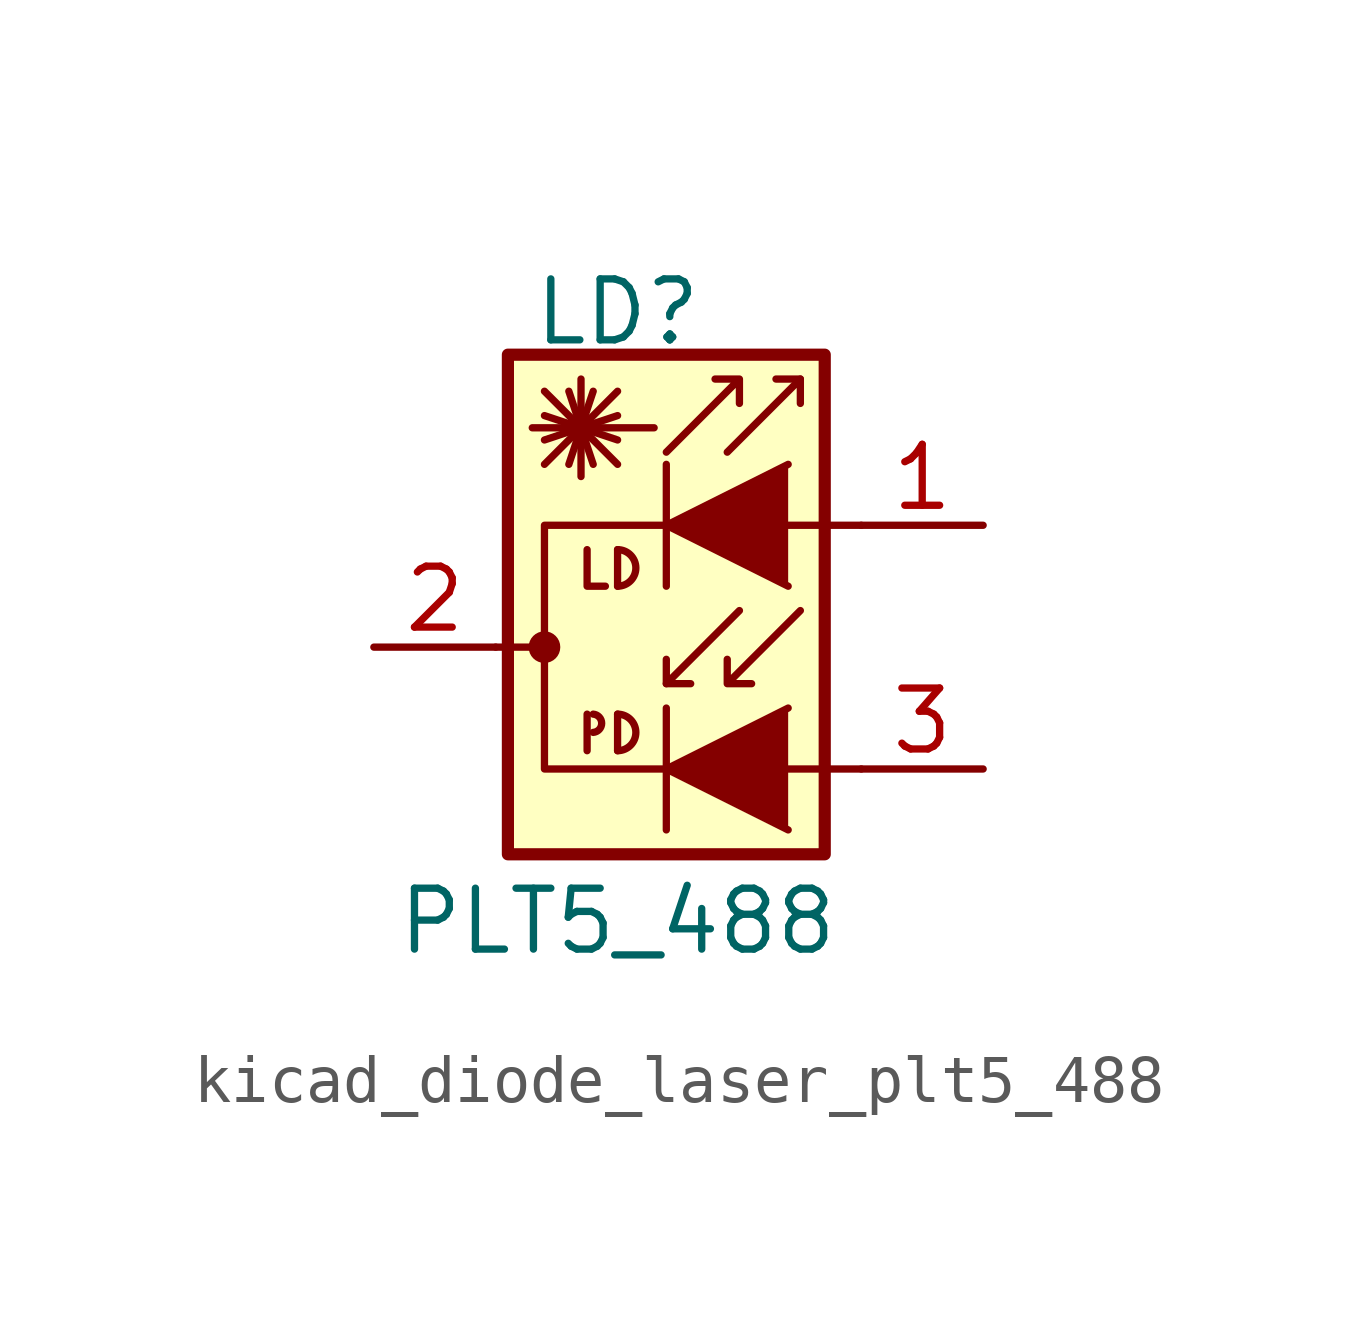
<source format=kicad_sym>
(kicad_symbol_lib
  (version 20220914)
  (generator kicad_symbol_editor)
  (symbol "kicad_diode_laser_plt5_488"
    (pin_names
      (offset 1.016) hide)
    (property "Reference" "LD"
      (at 0 6.985 0)
      (effects (font (size 1.27 1.27))))
    (property "Value" "PLT5_488"
      (at 0 -5.715 0)
      (effects (font (size 1.27 1.27))))
    (symbol "kicad_diode_laser_plt5_488_0_1"
      (circle (center -1.524 0) (radius 0.254) (stroke (width 0) (type default)) (fill (type outline)))
      (arc (start -0.508 -1.778) (mid -0.3302 -1.6002) (end -0.508 -1.397) (stroke (width 0) (type default)) (fill (type none)))
      (arc (start 0 -2.159) (mid 0.3794 -1.778) (end 0 -1.397) (stroke (width 0) (type default)) (fill (type none)))
      (polyline (pts (xy -2.54 0) (xy -1.524 0)) (stroke (width 0) (type default)) (fill (type none)))
      (polyline (pts (xy -1.524 3.81) (xy 0 5.334)) (stroke (width 0) (type default)) (fill (type none)))
      (polyline (pts (xy -1.524 4.318) (xy 0 4.826)) (stroke (width 0) (type default)) (fill (type none)))
      (polyline (pts (xy -1.524 4.826) (xy 0 4.318)) (stroke (width 0) (type default)) (fill (type none)))
      (polyline (pts (xy -1.524 5.334) (xy 0 3.81)) (stroke (width 0) (type default)) (fill (type none)))
      (polyline (pts (xy -1.016 5.334) (xy -0.508 3.81)) (stroke (width 0) (type default)) (fill (type none)))
      (polyline (pts (xy -0.762 4.572) (xy -0.762 3.556)) (stroke (width 0) (type default)) (fill (type none)))
      (polyline (pts (xy -0.762 4.572) (xy -0.762 5.588)) (stroke (width 0) (type default)) (fill (type none)))
      (polyline (pts (xy -0.635 -1.397) (xy -0.635 -2.159)) (stroke (width 0) (type default)) (fill (type none)))
      (polyline (pts (xy -0.508 5.334) (xy -1.016 3.81)) (stroke (width 0) (type default)) (fill (type none)))
      (polyline (pts (xy 0 -1.397) (xy 0 -2.159)) (stroke (width 0) (type default)) (fill (type none)))
      (polyline (pts (xy 0 2.032) (xy 0 1.27)) (stroke (width 0) (type default)) (fill (type none)))
      (polyline (pts (xy 0.762 4.572) (xy -1.778 4.572)) (stroke (width 0) (type default)) (fill (type none)))
      (polyline (pts (xy 1.016 -1.27) (xy 1.016 -3.81)) (stroke (width 0.152) (type default)) (fill (type none)))
      (polyline (pts (xy 1.016 -0.762) (xy 1.524 -0.762)) (stroke (width 0) (type default)) (fill (type none)))
      (polyline (pts (xy 1.016 3.81) (xy 1.016 1.27)) (stroke (width 0.152) (type default)) (fill (type none)))
      (polyline (pts (xy 3.81 5.588) (xy 3.302 5.588)) (stroke (width 0) (type default)) (fill (type none)))
      (polyline (pts (xy -0.635 2.032) (xy -0.635 1.27) (xy -0.254 1.27)) (stroke (width 0) (type default)) (fill (type none)))
      (polyline (pts (xy 2.286 4.064) (xy 3.81 5.588) (xy 3.81 5.08)) (stroke (width 0) (type default)) (fill (type none)))
      (polyline (pts (xy 2.54 0.762) (xy 1.016 -0.762) (xy 1.016 -0.254)) (stroke (width 0) (type default)) (fill (type none)))
      (polyline (pts (xy 3.556 -1.27) (xy 1.016 -2.54) (xy 3.556 -3.81)) (stroke (width 0) (type default)) (fill (type outline)))
      (polyline (pts (xy 3.556 3.81) (xy 1.016 2.54) (xy 3.556 1.27)) (stroke (width 0) (type default)) (fill (type outline)))
      (polyline (pts (xy 5.08 2.54) (xy -1.524 2.54) (xy -1.524 -2.54) (xy 5.08 -2.54)) (stroke (width 0) (type default)) (fill (type none)))
      (polyline (pts (xy 1.016 4.064) (xy 2.54 5.588) (xy 2.54 5.08) (xy 2.54 5.588) (xy 2.032 5.588)) (stroke (width 0) (type default)) (fill (type none)))
      (polyline (pts (xy 3.81 0.762) (xy 2.286 -0.762) (xy 2.286 -0.254) (xy 2.286 -0.762) (xy 2.794 -0.762)) (stroke (width 0) (type default)) (fill (type none)))
      (arc (start 0 1.27) (mid 0.3794 1.651) (end 0 2.032) (stroke (width 0) (type default)) (fill (type none)))
      (rectangle (start 4.318 6.096) (end -2.286 -4.318) (stroke (width 0.254) (type default)) (fill (type background))))
    (symbol "kicad_diode_laser_plt5_488_1_1"
      (pin passive line (at 7.62 2.54 180) (length 2.54) (name "~" (effects (font (size 1.27 1.27)))) (number "1" (effects (font (size 1.27 1.27)))))
      (pin passive line (at -5.08 0 0) (length 2.54) (name "~" (effects (font (size 1.27 1.27)))) (number "2" (effects (font (size 1.27 1.27)))))
      (pin passive line (at 7.62 -2.54 180) (length 2.54) (name "~" (effects (font (size 1.27 1.27)))) (number "3" (effects (font (size 1.27 1.27))))))))
</source>
